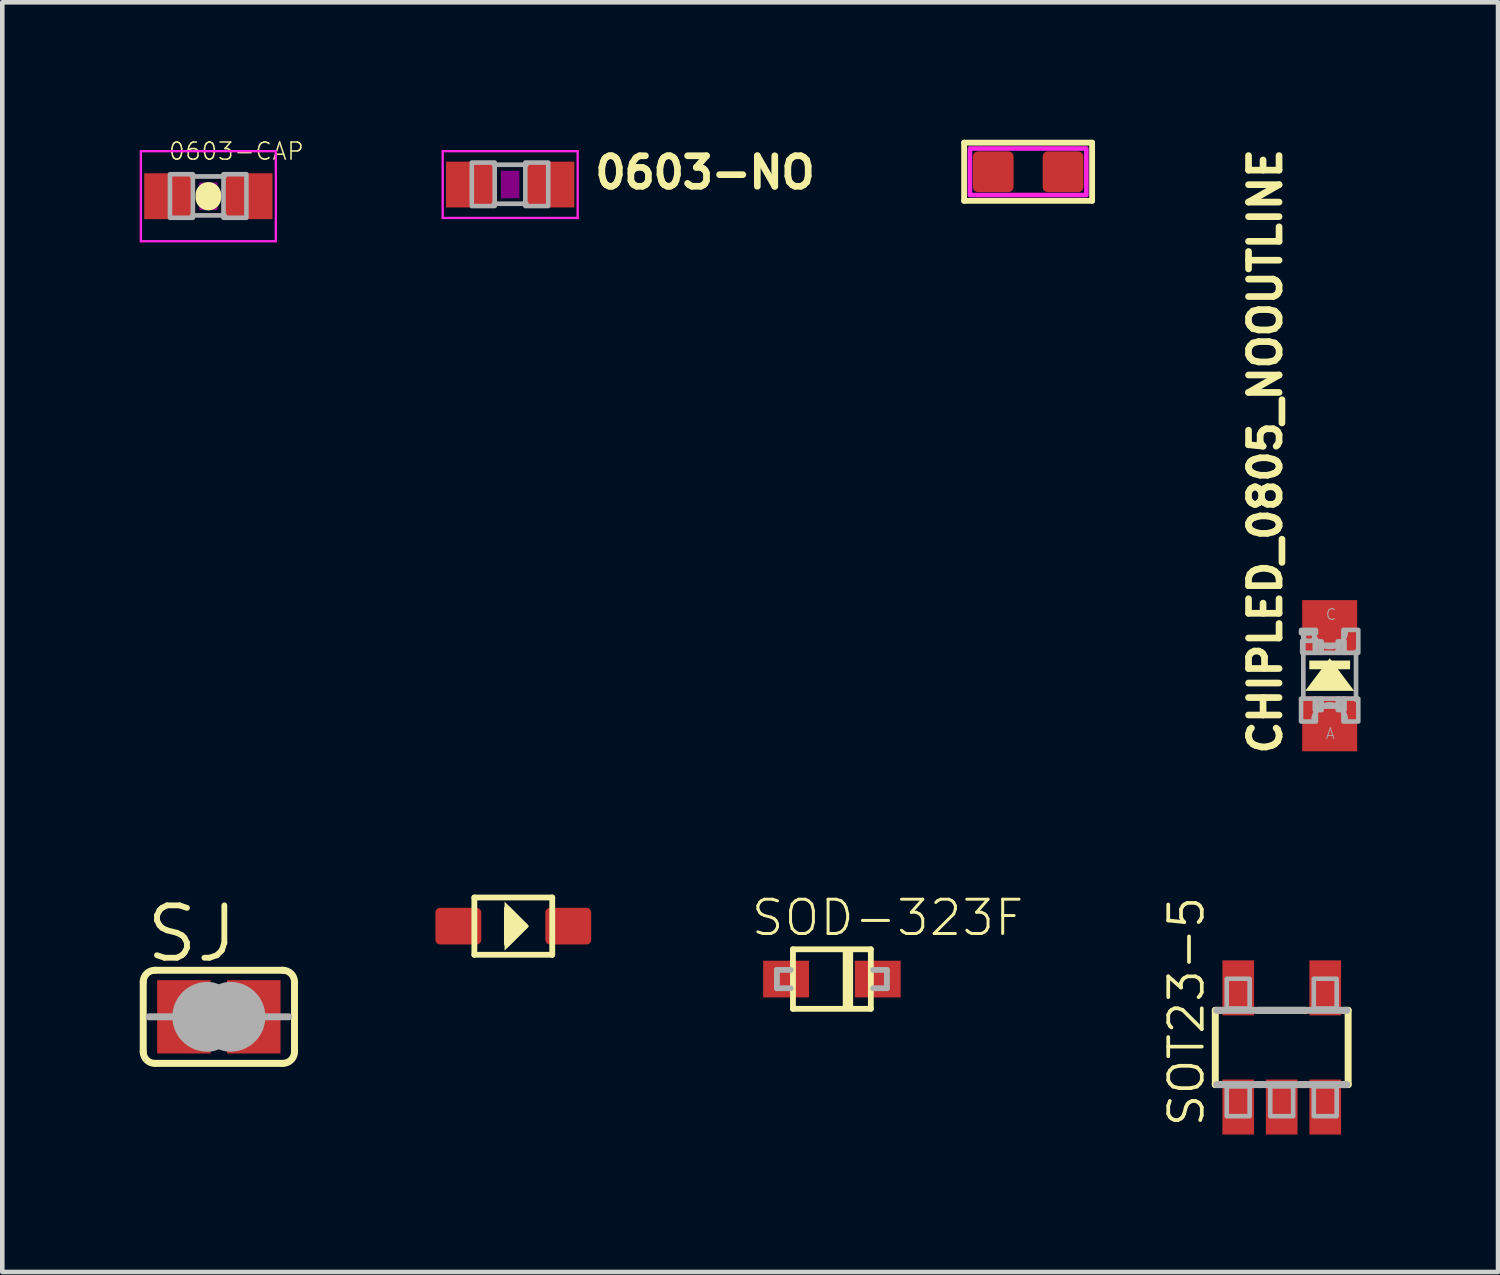
<source format=kicad_pcb>
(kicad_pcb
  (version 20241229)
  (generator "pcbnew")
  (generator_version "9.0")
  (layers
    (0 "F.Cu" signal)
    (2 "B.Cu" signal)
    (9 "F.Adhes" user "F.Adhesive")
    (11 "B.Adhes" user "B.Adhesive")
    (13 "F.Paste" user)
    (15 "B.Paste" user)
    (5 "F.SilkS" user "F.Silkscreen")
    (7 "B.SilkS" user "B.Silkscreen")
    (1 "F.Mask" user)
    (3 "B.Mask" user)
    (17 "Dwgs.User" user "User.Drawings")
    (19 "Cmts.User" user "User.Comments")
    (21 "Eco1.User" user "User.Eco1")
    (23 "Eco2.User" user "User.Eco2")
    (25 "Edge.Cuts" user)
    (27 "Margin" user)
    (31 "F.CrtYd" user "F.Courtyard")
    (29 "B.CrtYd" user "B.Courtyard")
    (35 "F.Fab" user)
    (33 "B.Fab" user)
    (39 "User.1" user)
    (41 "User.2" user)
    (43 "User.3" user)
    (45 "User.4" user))
  (footprint "CHIPLED_0805_NOOUTLINE"
    (layer "F.Cu")
    (at 25.973 11.699)
    (property "Reference" "CHIPLED_0805_NOOUTLINE" (at -1.016 1.778 90) (layer "F.SilkS") (effects (font (size 0.666 0.666) (thickness 0.146)) (justify left bottom)))
    (fp_poly (pts (xy 0.533 0.33) (xy -0.533 0.33) (xy 0 -0.381)) (stroke (width 0) (type solid)) (fill yes) (layer "F.SilkS"))
    (fp_poly (pts (xy -0.445 -0.141) (xy 0.445 -0.141) (xy 0.445 -0.331) (xy -0.445 -0.331)) (stroke (width 0) (type solid)) (fill yes) (layer "F.SilkS"))
    (fp_line (start -0.575 0.5) (end -0.575 -0.925) (stroke (width 0.102) (type solid)) (layer "F.Fab"))
    (fp_line (start 0.575 -0.525) (end 0.575 0.525) (stroke (width 0.102) (type solid)) (layer "F.Fab"))
    (fp_arc (start -0.35 0.925) (mid -0.000001 0.625027) (end 0.35 0.924998) (stroke (width 0.1016) (type solid)) (layer "F.Fab"))
    (fp_arc (start 0.35 -0.924998) (mid -0.000001 -0.625027) (end -0.35 -0.925) (stroke (width 0.1016) (type solid)) (layer "F.Fab"))
    (fp_circle (center -0.45 -0.85) (end -0.347 -0.85) (stroke (width 0.076) (type solid)) (fill no) (layer "F.Fab"))
    (fp_poly (pts (xy -0.625 -0.925) (xy -0.3 -0.925) (xy -0.3 -1) (xy -0.625 -1)) (stroke (width 0.1) (type solid)) (fill no) (layer "F.Fab"))
    (fp_poly (pts (xy -0.625 1) (xy -0.3 1) (xy -0.3 0.5) (xy -0.625 0.5)) (stroke (width 0.1) (type solid)) (fill no) (layer "F.Fab"))
    (fp_poly (pts (xy -0.6 -0.5) (xy -0.3 -0.5) (xy -0.3 -0.762) (xy -0.6 -0.762)) (stroke (width 0.1) (type solid)) (fill no) (layer "F.Fab"))
    (fp_poly (pts (xy -0.325 -0.5) (xy -0.175 -0.5) (xy -0.175 -0.75) (xy -0.325 -0.75)) (stroke (width 0.1) (type solid)) (fill no) (layer "F.Fab"))
    (fp_poly (pts (xy -0.325 0.75) (xy -0.175 0.75) (xy -0.175 0.5) (xy -0.325 0.5)) (stroke (width 0.1) (type solid)) (fill no) (layer "F.Fab"))
    (fp_poly (pts (xy -0.2 -0.5) (xy 0.2 -0.5) (xy 0.2 -0.675) (xy -0.2 -0.675)) (stroke (width 0.1) (type solid)) (fill no) (layer "F.Fab"))
    (fp_poly (pts (xy -0.2 0.675) (xy 0.2 0.675) (xy 0.2 0.5) (xy -0.2 0.5)) (stroke (width 0.1) (type solid)) (fill no) (layer "F.Fab"))
    (fp_poly (pts (xy 0.175 -0.5) (xy 0.325 -0.5) (xy 0.325 -0.75) (xy 0.175 -0.75)) (stroke (width 0.1) (type solid)) (fill no) (layer "F.Fab"))
    (fp_poly (pts (xy 0.175 0.75) (xy 0.325 0.75) (xy 0.325 0.5) (xy 0.175 0.5)) (stroke (width 0.1) (type solid)) (fill no) (layer "F.Fab"))
    (fp_poly (pts (xy 0.3 -0.5) (xy 0.625 -0.5) (xy 0.625 -1) (xy 0.3 -1)) (stroke (width 0.1) (type solid)) (fill no) (layer "F.Fab"))
    (fp_poly (pts (xy 0.3 1) (xy 0.625 1) (xy 0.625 0.5) (xy 0.3 0.5)) (stroke (width 0.1) (type solid)) (fill no) (layer "F.Fab"))
    (fp_text user "C" (at -0.1 -1.2 0) (layer "F.Fab") (effects (font (size 0.234 0.234) (thickness 0.02)) (justify left bottom)))
    (fp_text user "A" (at -0.1 1.4 0) (layer "F.Fab") (effects (font (size 0.234 0.234) (thickness 0.02)) (justify left bottom)))
    (pad "A" smd rect (at 0 1.05) (size 1.2 1.2) (layers "F.Cu" "F.Mask" "F.Paste"))
    (pad "C" smd rect (at 0 -1.05) (size 1.2 1.2) (layers "F.Cu" "F.Mask" "F.Paste")))
  (footprint "0603-CAP"
    (layer "F.Cu")
    (at 1.498 1.233)
    (property "Reference" "0603-CAP" (at -0.889 -0.762 0) (layer "F.SilkS") (effects (font (size 0.374 0.374) (thickness 0.033)) (justify left bottom)))
    (fp_line (start 0 -0.03) (end 0 0.03) (stroke (width 0.559) (type solid)) (layer "F.SilkS"))
    (fp_poly (pts (xy -0.2 0.3) (xy 0.2 0.3) (xy 0.2 -0.3) (xy -0.2 -0.3)) (stroke (width 0) (type solid)) (fill yes) (layer "F.Adhes"))
    (fp_line (start -1.473 -0.983) (end 1.473 -0.983) (stroke (width 0.051) (type solid)) (layer "F.CrtYd"))
    (fp_line (start -1.473 0.983) (end -1.473 -0.983) (stroke (width 0.051) (type solid)) (layer "F.CrtYd"))
    (fp_line (start 1.473 -0.983) (end 1.473 0.983) (stroke (width 0.051) (type solid)) (layer "F.CrtYd"))
    (fp_line (start 1.473 0.983) (end -1.473 0.983) (stroke (width 0.051) (type solid)) (layer "F.CrtYd"))
    (fp_line (start -0.356 -0.432) (end 0.356 -0.432) (stroke (width 0.102) (type solid)) (layer "F.Fab"))
    (fp_line (start -0.356 0.419) (end 0.356 0.419) (stroke (width 0.102) (type solid)) (layer "F.Fab"))
    (fp_poly (pts (xy -0.838 0.47) (xy -0.338 0.47) (xy -0.338 -0.48) (xy -0.838 -0.48)) (stroke (width 0.1) (type solid)) (fill no) (layer "F.Fab"))
    (fp_poly (pts (xy 0.33 0.47) (xy 0.83 0.47) (xy 0.83 -0.48) (xy 0.33 -0.48)) (stroke (width 0.1) (type solid)) (fill no) (layer "F.Fab"))
    (pad "1" smd rect (at -0.85 0) (size 1.1 1) (layers "F.Cu" "F.Mask" "F.Paste"))
    (pad "2" smd rect (at 0.85 0) (size 1.1 1) (layers "F.Cu" "F.Mask" "F.Paste")))
  (footprint "SOD-323F"
    (layer "F.Cu")
    (at 15.108 18.32)
    (property "Reference" "SOD-323F" (at -1.8 -0.9 0) (layer "F.SilkS") (effects (font (size 0.748 0.748) (thickness 0.065)) (justify left bottom)))
    (fp_line (start -0.85 -0.65) (end 0.85 -0.65) (stroke (width 0.127) (type solid)) (layer "F.SilkS"))
    (fp_line (start -0.85 0.65) (end -0.85 -0.65) (stroke (width 0.127) (type solid)) (layer "F.SilkS"))
    (fp_line (start 0.3 0.6) (end 0.3 -0.6) (stroke (width 0.127) (type solid)) (layer "F.SilkS"))
    (fp_line (start 0.4 -0.6) (end 0.4 0.6) (stroke (width 0.127) (type solid)) (layer "F.SilkS"))
    (fp_line (start 0.4 0.6) (end 0.3 0.6) (stroke (width 0.127) (type solid)) (layer "F.SilkS"))
    (fp_line (start 0.85 -0.65) (end 0.85 0.65) (stroke (width 0.127) (type solid)) (layer "F.SilkS"))
    (fp_line (start 0.85 0.65) (end -0.85 0.65) (stroke (width 0.127) (type solid)) (layer "F.SilkS"))
    (fp_line (start -1.2 -0.2) (end -1.2 0.2) (stroke (width 0.127) (type solid)) (layer "F.Fab"))
    (fp_line (start -1.2 0.2) (end -0.9 0.2) (stroke (width 0.127) (type solid)) (layer "F.Fab"))
    (fp_line (start -0.9 -0.2) (end -1.2 -0.2) (stroke (width 0.127) (type solid)) (layer "F.Fab"))
    (fp_line (start 0.9 -0.2) (end 1.2 -0.2) (stroke (width 0.127) (type solid)) (layer "F.Fab"))
    (fp_line (start 1.2 -0.2) (end 1.2 0.2) (stroke (width 0.127) (type solid)) (layer "F.Fab"))
    (fp_line (start 1.2 0.2) (end 0.9 0.2) (stroke (width 0.127) (type solid)) (layer "F.Fab"))
    (pad "A" smd rect (at -1 0) (size 1 0.8) (layers "F.Cu" "F.Mask" "F.Paste"))
    (pad "C" smd rect (at 1 0) (size 1 0.8) (layers "F.Cu" "F.Mask" "F.Paste")))
  (footprint "0603"
    (layer "F.Cu")
    (at 19.391 0.699)
    (property "Reference" "0603" (at -1.27 0.254 0) (layer "F.Mask") (effects (font (size 0.572 0.572) (thickness 0.064)) (justify left bottom)))
    (fp_line (start -1.397 -0.635) (end 1.397 -0.635) (stroke (width 0.127) (type solid)) (layer "F.SilkS"))
    (fp_line (start -1.397 0.635) (end -1.397 -0.635) (stroke (width 0.127) (type solid)) (layer "F.SilkS"))
    (fp_line (start 1.397 -0.635) (end 1.397 0.635) (stroke (width 0.127) (type solid)) (layer "F.SilkS"))
    (fp_line (start 1.397 0.635) (end -1.397 0.635) (stroke (width 0.127) (type solid)) (layer "F.SilkS"))
    (fp_poly (pts (xy -1.27 0.508) (xy 1.27 0.508) (xy 1.27 -0.508) (xy -1.27 -0.508)) (stroke (width 0.1) (type solid)) (fill no) (layer "F.CrtYd"))
    (pad "1" smd roundrect (at -0.762 0) (size 0.889 0.889) (layers "F.Cu" "F.Mask" "F.Paste") (roundrect_rratio 0.125))
    (pad "2" smd roundrect (at 0.762 0) (size 0.889 0.889) (layers "F.Cu" "F.Mask" "F.Paste") (roundrect_rratio 0.125)))
  (footprint "0603-NO"
    (layer "F.Cu")
    (at 8.086 0.978)
    (property "Reference" "0603-NO" (at 1.778 0.127 0) (layer "F.SilkS") (effects (font (size 0.666 0.666) (thickness 0.146)) (justify left bottom)))
    (fp_poly (pts (xy -0.2 0.3) (xy 0.2 0.3) (xy 0.2 -0.3) (xy -0.2 -0.3)) (stroke (width 0) (type solid)) (fill yes) (layer "F.Adhes"))
    (fp_line (start -1.473 -0.729) (end 1.473 -0.729) (stroke (width 0.051) (type solid)) (layer "F.CrtYd"))
    (fp_line (start -1.473 0.729) (end -1.473 -0.729) (stroke (width 0.051) (type solid)) (layer "F.CrtYd"))
    (fp_line (start 1.473 -0.729) (end 1.473 0.729) (stroke (width 0.051) (type solid)) (layer "F.CrtYd"))
    (fp_line (start 1.473 0.729) (end -1.473 0.729) (stroke (width 0.051) (type solid)) (layer "F.CrtYd"))
    (fp_line (start -0.356 -0.432) (end 0.356 -0.432) (stroke (width 0.102) (type solid)) (layer "F.Fab"))
    (fp_line (start -0.356 0.419) (end 0.356 0.419) (stroke (width 0.102) (type solid)) (layer "F.Fab"))
    (fp_poly (pts (xy -0.838 0.47) (xy -0.338 0.47) (xy -0.338 -0.48) (xy -0.838 -0.48)) (stroke (width 0.1) (type solid)) (fill no) (layer "F.Fab"))
    (fp_poly (pts (xy 0.33 0.47) (xy 0.83 0.47) (xy 0.83 -0.48) (xy 0.33 -0.48)) (stroke (width 0.1) (type solid)) (fill no) (layer "F.Fab"))
    (pad "1" smd rect (at -0.85 0) (size 1.1 1) (layers "F.Cu" "F.Mask" "F.Paste"))
    (pad "2" smd rect (at 0.85 0) (size 1.1 1) (layers "F.Cu" "F.Mask" "F.Paste")))
  (footprint "SJ"
    (layer "F.Cu")
    (at 1.727 19.144)
    (property "Reference" "SJ" (at -1.651 -1.143 0) (layer "F.SilkS") (effects (font (size 1.143 1.143) (thickness 0.127)) (justify left bottom)))
    (fp_poly (pts (xy -0.076 0.914) (xy 0.076 0.914) (xy 0.076 -0.914) (xy -0.076 -0.914)) (stroke (width 0) (type solid)) (fill yes) (layer "F.Mask"))
    (fp_line (start -1.651 0.762) (end -1.651 -0.762) (stroke (width 0.152) (type solid)) (layer "F.SilkS"))
    (fp_line (start -1.397 -1.016) (end 1.397 -1.016) (stroke (width 0.152) (type solid)) (layer "F.SilkS"))
    (fp_line (start 1.397 1.016) (end -1.397 1.016) (stroke (width 0.152) (type solid)) (layer "F.SilkS"))
    (fp_line (start 1.651 0.762) (end 1.651 -0.762) (stroke (width 0.152) (type solid)) (layer "F.SilkS"))
    (fp_arc (start -1.651 -0.762) (mid -1.576605 -0.941605) (end -1.397 -1.016) (stroke (width 0.1524) (type solid)) (layer "F.SilkS"))
    (fp_arc (start -1.397 1.016) (mid -1.576605 0.941605) (end -1.651 0.762) (stroke (width 0.1524) (type solid)) (layer "F.SilkS"))
    (fp_arc (start 1.397 -1.016) (mid 1.576605 -0.941605) (end 1.651 -0.762) (stroke (width 0.1524) (type solid)) (layer "F.SilkS"))
    (fp_arc (start 1.651 0.762) (mid 1.576605 0.941605) (end 1.397 1.016) (stroke (width 0.1524) (type solid)) (layer "F.SilkS"))
    (fp_line (start -1.016 0) (end -1.524 0) (stroke (width 0.152) (type solid)) (layer "F.Fab"))
    (fp_line (start 1.016 0) (end 1.524 0) (stroke (width 0.152) (type solid)) (layer "F.Fab"))
    (fp_arc (start -0.254 0.127) (mid -0.381 0) (end -0.254 -0.127) (stroke (width 1.27) (type solid)) (layer "F.Fab"))
    (fp_arc (start 0.254 -0.127) (mid 0.381 0) (end 0.254 0.127) (stroke (width 1.27) (type solid)) (layer "F.Fab"))
    (pad "1" smd rect (at -0.762 0) (size 1.168 1.6) (layers "F.Cu" "F.Mask" "F.Paste"))
    (pad "2" smd rect (at 0.762 0) (size 1.168 1.6) (layers "F.Cu" "F.Mask" "F.Paste")))
  (footprint "SOT23-5"
    (layer "F.Cu")
    (at 24.926 19.813)
    (property "Reference" "SOT23-5" (at -1.651 1.778 90) (layer "F.SilkS") (effects (font (size 0.732 0.732) (thickness 0.081)) (justify left bottom)))
    (fp_line (start -1.45 -0.81) (end -1.328 -0.81) (stroke (width 0.152) (type solid)) (layer "F.SilkS"))
    (fp_line (start -1.45 0.81) (end -1.45 -0.81) (stroke (width 0.152) (type solid)) (layer "F.SilkS"))
    (fp_line (start -1.328 0.81) (end -1.45 0.81) (stroke (width 0.152) (type solid)) (layer "F.SilkS"))
    (fp_line (start -0.522 -0.81) (end 0.522 -0.81) (stroke (width 0.152) (type solid)) (layer "F.SilkS"))
    (fp_line (start -0.428 0.81) (end -0.522 0.81) (stroke (width 0.152) (type solid)) (layer "F.SilkS"))
    (fp_line (start 0.522 0.81) (end 0.428 0.81) (stroke (width 0.152) (type solid)) (layer "F.SilkS"))
    (fp_line (start 1.328 -0.81) (end 1.45 -0.81) (stroke (width 0.152) (type solid)) (layer "F.SilkS"))
    (fp_line (start 1.45 -0.81) (end 1.45 0.81) (stroke (width 0.152) (type solid)) (layer "F.SilkS"))
    (fp_line (start 1.45 0.81) (end 1.328 0.81) (stroke (width 0.152) (type solid)) (layer "F.SilkS"))
    (fp_line (start -1.422 -0.81) (end 1.422 -0.81) (stroke (width 0.152) (type solid)) (layer "F.Fab"))
    (fp_line (start 1.422 0.81) (end -1.422 0.81) (stroke (width 0.152) (type solid)) (layer "F.Fab"))
    (fp_poly (pts (xy -1.2 -0.85) (xy -0.7 -0.85) (xy -0.7 -1.5) (xy -1.2 -1.5)) (stroke (width 0.1) (type solid)) (fill no) (layer "F.Fab"))
    (fp_poly (pts (xy -1.2 1.5) (xy -0.7 1.5) (xy -0.7 0.85) (xy -1.2 0.85)) (stroke (width 0.1) (type solid)) (fill no) (layer "F.Fab"))
    (fp_poly (pts (xy -0.25 1.5) (xy 0.25 1.5) (xy 0.25 0.85) (xy -0.25 0.85)) (stroke (width 0.1) (type solid)) (fill no) (layer "F.Fab"))
    (fp_poly (pts (xy 0.7 -0.85) (xy 1.2 -0.85) (xy 1.2 -1.5) (xy 0.7 -1.5)) (stroke (width 0.1) (type solid)) (fill no) (layer "F.Fab"))
    (fp_poly (pts (xy 0.7 1.5) (xy 1.2 1.5) (xy 1.2 0.85) (xy 0.7 0.85)) (stroke (width 0.1) (type solid)) (fill no) (layer "F.Fab"))
    (pad "1" smd rect (at -0.95 1.3) (size 0.69 1.2) (layers "F.Cu" "F.Mask" "F.Paste"))
    (pad "2" smd rect (at 0 1.3) (size 0.69 1.2) (layers "F.Cu" "F.Mask" "F.Paste"))
    (pad "3" smd rect (at 0.95 1.3) (size 0.69 1.2) (layers "F.Cu" "F.Mask" "F.Paste"))
    (pad "4" smd rect (at 0.95 -1.3) (size 0.69 1.2) (layers "F.Cu" "F.Mask" "F.Paste"))
    (pad "5" smd rect (at -0.95 -1.3) (size 0.69 1.2) (layers "F.Cu" "F.Mask" "F.Paste")))
  (footprint "SOD323"
    (layer "F.Cu")
    (at 8.154 17.165)
    (property "Reference" "SOD323" (at -1.27 0.635 0) (layer "F.Mask") (effects (font (size 0.572 0.572) (thickness 0.064)) (justify left bottom)))
    (fp_line (start -0.85 -0.625) (end 0.85 -0.625) (stroke (width 0.127) (type solid)) (layer "F.SilkS"))
    (fp_line (start -0.85 0.625) (end -0.85 -0.625) (stroke (width 0.127) (type solid)) (layer "F.SilkS"))
    (fp_line (start -0.14 -0.381) (end -0.14 0.381) (stroke (width 0.127) (type solid)) (layer "F.SilkS"))
    (fp_line (start -0.127 -0.381) (end 0.254 0) (stroke (width 0.127) (type solid)) (layer "F.SilkS"))
    (fp_line (start 0.254 0) (end -0.127 0.381) (stroke (width 0.127) (type solid)) (layer "F.SilkS"))
    (fp_line (start 0.85 -0.625) (end 0.85 0.625) (stroke (width 0.127) (type solid)) (layer "F.SilkS"))
    (fp_line (start 0.85 0.625) (end -0.85 0.625) (stroke (width 0.127) (type solid)) (layer "F.SilkS"))
    (fp_poly (pts (xy 0.344 0) (xy -0.191 0.534) (xy -0.191 -0.534)) (stroke (width 0) (type solid)) (fill yes) (layer "F.SilkS"))
    (pad "+" smd roundrect (at -1.2 0) (size 1 0.8) (layers "F.Cu" "F.Mask" "F.Paste") (roundrect_rratio 0.125))
    (pad "-" smd roundrect (at 1.2 0) (size 1 0.8) (layers "F.Cu" "F.Mask" "F.Paste") (roundrect_rratio 0.125)))
  (gr_rect
    (start -3 -3)
    (end 29.648 24.713)
    (stroke (width 0.1) (type default))
    (fill no)
    (layer "Edge.Cuts")))
</source>
